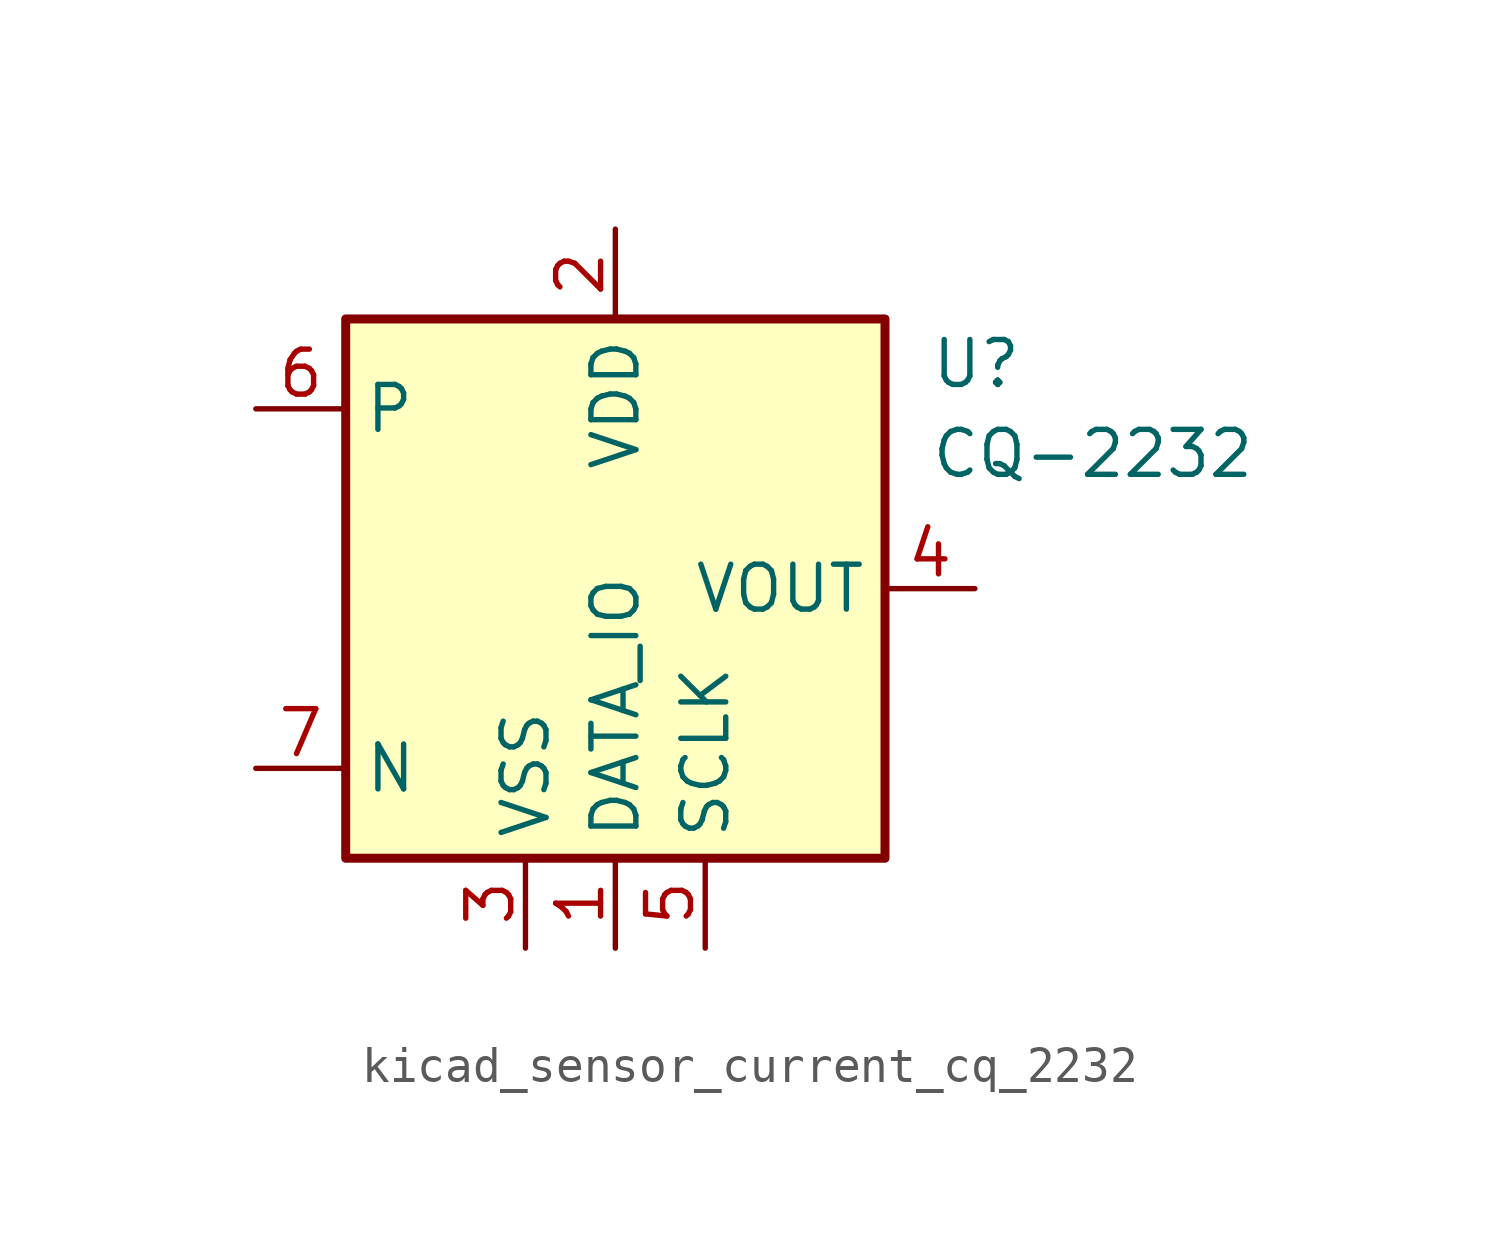
<source format=kicad_sym>
(kicad_symbol_lib
  (version 20220914)
  (generator kicad_symbol_editor)
  (symbol "kicad_sensor_current_cq_2232"
    (property "Reference" "U"
      (at 8.89 6.35 0)
      (effects (font (size 1.27 1.27)) (justify left)))
    (property "Value" "CQ-2232"
      (at 8.89 3.81 0)
      (effects (font (size 1.27 1.27)) (justify left)))
    (symbol "kicad_sensor_current_cq_2232_0_1"
      (rectangle (start -7.62 7.62) (end 7.62 -7.62) (stroke (width 0.254) (type default)) (fill (type background))))
    (symbol "kicad_sensor_current_cq_2232_1_1"
      (pin power_in line (at 0 -10.16 90) (length 2.54) (name "DATA_IO" (effects (font (size 1.27 1.27)))) (number "1" (effects (font (size 1.27 1.27)))))
      (pin power_in line (at 0 10.16 270) (length 2.54) (name "VDD" (effects (font (size 1.27 1.27)))) (number "2" (effects (font (size 1.27 1.27)))))
      (pin power_in line (at -2.54 -10.16 90) (length 2.54) (name "VSS" (effects (font (size 1.27 1.27)))) (number "3" (effects (font (size 1.27 1.27)))))
      (pin output line (at 10.16 0 180) (length 2.54) (name "VOUT" (effects (font (size 1.27 1.27)))) (number "4" (effects (font (size 1.27 1.27)))))
      (pin power_in line (at 2.54 -10.16 90) (length 2.54) (name "SCLK" (effects (font (size 1.27 1.27)))) (number "5" (effects (font (size 1.27 1.27)))))
      (pin passive line (at -10.16 5.08 0) (length 2.54) (name "P" (effects (font (size 1.27 1.27)))) (number "6" (effects (font (size 1.27 1.27)))))
      (pin passive line (at -10.16 -5.08 0) (length 2.54) (name "N" (effects (font (size 1.27 1.27)))) (number "7" (effects (font (size 1.27 1.27))))))))
</source>
